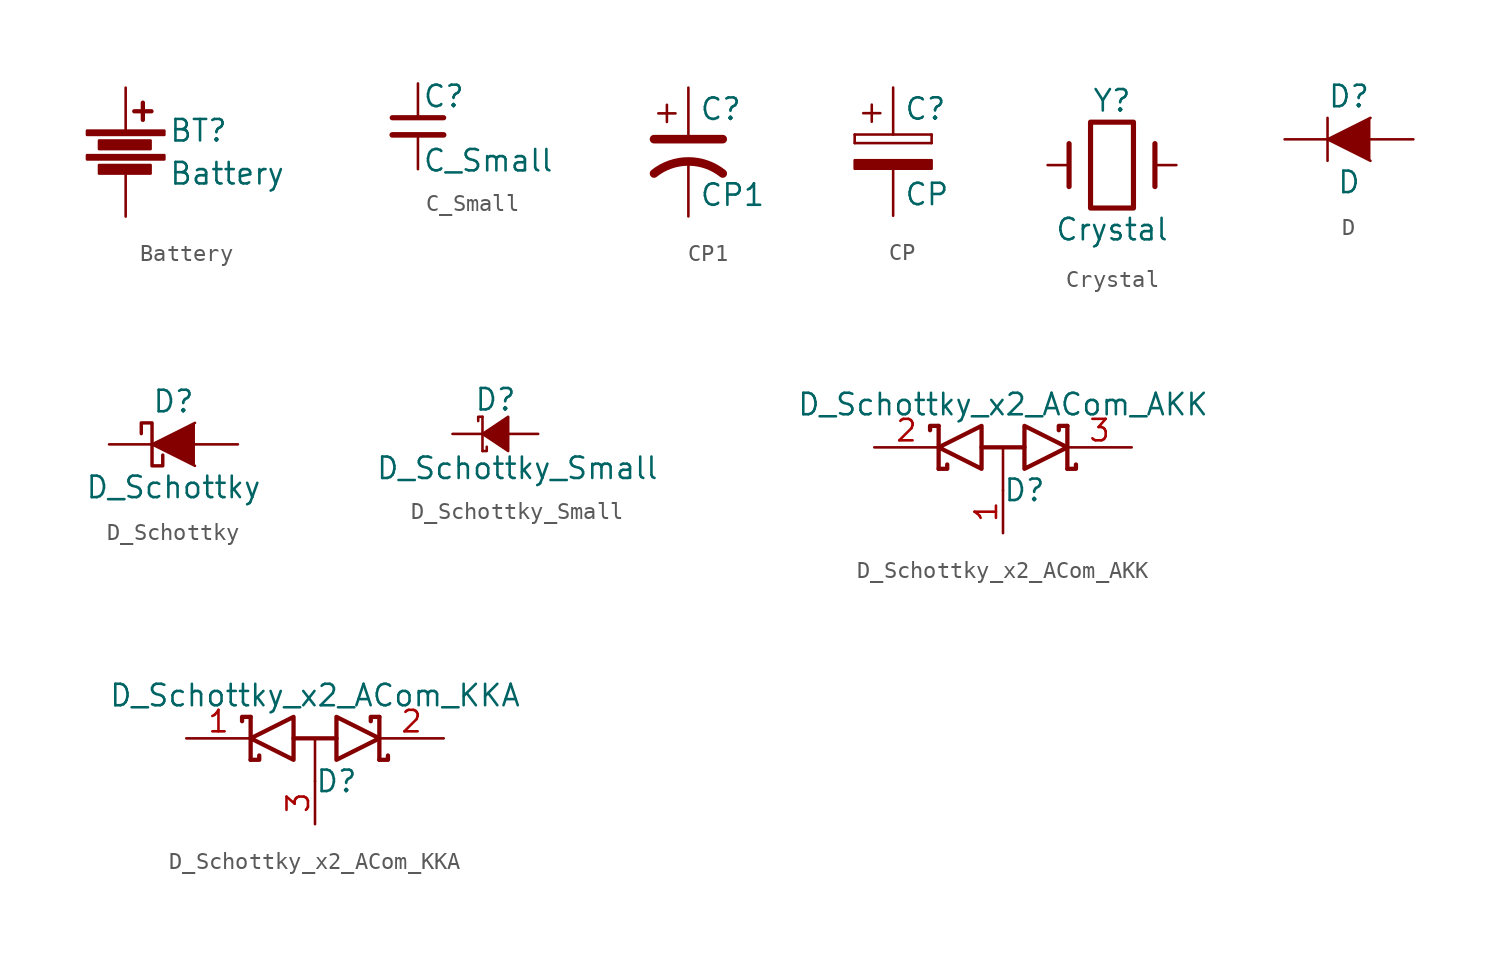
<source format=kicad_sym>
(kicad_symbol_lib
  (version 20211014)
  (generator kicad_symbol_editor)
  (symbol "Battery"
    (pin_numbers hide)
    (pin_names
      (offset 0))
    (property "Reference" "BT"
      (at 2.54 1.27 0)
      (effects (font (size 1.27 1.27)) (justify left)))
    (property "Value" "Battery"
      (at 2.54 -1.27 0)
      (effects (font (size 1.27 1.27)) (justify left)))
    (property "Footprint" ""
      (at 0 1.016 90)
      (effects (font (size 1.27 1.27))))
    (property "Datasheet" ""
      (at 0 1.016 90)
      (effects (font (size 1.27 1.27))))
    (symbol "Battery_0_1"
      (rectangle (start -2.286 -0.178) (end 2.286 -0.432) (stroke (width 0) (type default) (color 0 0 0 0)) (fill (type outline)))
      (rectangle (start -2.286 1.27) (end 2.286 1.016) (stroke (width 0) (type default) (color 0 0 0 0)) (fill (type outline)))
      (rectangle (start -1.575 -0.762) (end 1.473 -1.27) (stroke (width 0) (type default) (color 0 0 0 0)) (fill (type outline)))
      (rectangle (start -1.575 0.686) (end 1.473 0.178) (stroke (width 0) (type default) (color 0 0 0 0)) (fill (type outline)))
      (polyline (pts (xy 0.508 2.413) (xy 1.524 2.413)) (stroke (width 0.254) (type default) (color 0 0 0 0)) (fill (type none)))
      (polyline (pts (xy 1.016 2.921) (xy 1.016 1.905)) (stroke (width 0.254) (type default) (color 0 0 0 0)) (fill (type none))))
    (symbol "Battery_1_1"
      (pin passive line (at 0 3.81 270) (length 2.54) (name "~" (effects (font (size 1.27 1.27)))) (number "1" (effects (font (size 1.27 1.27)))))
      (pin passive line (at 0 -3.81 90) (length 2.54) (name "~" (effects (font (size 1.27 1.27)))) (number "2" (effects (font (size 1.27 1.27)))))))
  (symbol "C_Small"
    (pin_numbers hide)
    (pin_names
      (offset 0.254) hide)
    (property "Reference" "C"
      (at 0.254 1.778 0)
      (effects (font (size 1.27 1.27)) (justify left)))
    (property "Value" "C_Small"
      (at 0.254 -2.032 0)
      (effects (font (size 1.27 1.27)) (justify left)))
    (property "Footprint" ""
      (at 0 0 0)
      (effects (font (size 1.27 1.27))))
    (property "Datasheet" ""
      (at 0 0 0)
      (effects (font (size 1.27 1.27))))
    (symbol "C_Small_0_1"
      (polyline (pts (xy -1.524 -0.508) (xy 1.524 -0.508)) (stroke (width 0.33) (type default) (color 0 0 0 0)) (fill (type none)))
      (polyline (pts (xy -1.524 0.508) (xy 1.524 0.508)) (stroke (width 0.305) (type default) (color 0 0 0 0)) (fill (type none))))
    (symbol "C_Small_1_1"
      (pin passive line (at 0 2.54 270) (length 1.905) (name "~" (effects (font (size 1.016 1.016)))) (number "1" (effects (font (size 1.016 1.016)))))
      (pin passive line (at 0 -2.54 90) (length 2.032) (name "~" (effects (font (size 1.016 1.016)))) (number "2" (effects (font (size 1.016 1.016)))))))
  (symbol "CP1"
    (pin_numbers hide)
    (pin_names
      (offset 0.254) hide)
    (property "Reference" "C"
      (at 0.635 2.54 0)
      (effects (font (size 1.27 1.27)) (justify left)))
    (property "Value" "CP1"
      (at 0.635 -2.54 0)
      (effects (font (size 1.27 1.27)) (justify left)))
    (property "Footprint" ""
      (at 0 0 0)
      (effects (font (size 1.27 1.27))))
    (property "Datasheet" ""
      (at 0 0 0)
      (effects (font (size 1.27 1.27))))
    (symbol "CP1_0_1"
      (polyline (pts (xy -2.032 0.762) (xy 2.032 0.762)) (stroke (width 0.508) (type default) (color 0 0 0 0)) (fill (type none)))
      (polyline (pts (xy -1.778 2.286) (xy -0.762 2.286)) (stroke (width 0) (type default) (color 0 0 0 0)) (fill (type none)))
      (polyline (pts (xy -1.27 1.778) (xy -1.27 2.794)) (stroke (width 0) (type default) (color 0 0 0 0)) (fill (type none)))
      (arc (start 2.032 -1.27) (mid 0 -0.5572) (end -2.032 -1.27) (stroke (width 0.508) (type default) (color 0 0 0 0)) (fill (type none))))
    (symbol "CP1_1_1"
      (pin passive line (at 0 3.81 270) (length 2.794) (name "~" (effects (font (size 1.016 1.016)))) (number "1" (effects (font (size 1.016 1.016)))))
      (pin passive line (at 0 -3.81 90) (length 3.302) (name "~" (effects (font (size 1.016 1.016)))) (number "2" (effects (font (size 1.016 1.016)))))))
  (symbol "CP"
    (pin_numbers hide)
    (pin_names
      (offset 0.254))
    (property "Reference" "C"
      (at 0.635 2.54 0)
      (effects (font (size 1.27 1.27)) (justify left)))
    (property "Value" "CP"
      (at 0.635 -2.54 0)
      (effects (font (size 1.27 1.27)) (justify left)))
    (property "Footprint" ""
      (at 0.965 -3.81 0)
      (effects (font (size 1.27 1.27))))
    (property "Datasheet" ""
      (at 0 0 0)
      (effects (font (size 1.27 1.27))))
    (symbol "CP_0_1"
      (rectangle (start -2.286 0.508) (end -2.286 1.016) (stroke (width 0) (type default) (color 0 0 0 0)) (fill (type none)))
      (rectangle (start -2.286 0.508) (end 2.286 0.508) (stroke (width 0) (type default) (color 0 0 0 0)) (fill (type none)))
      (polyline (pts (xy -1.778 2.286) (xy -0.762 2.286)) (stroke (width 0) (type default) (color 0 0 0 0)) (fill (type none)))
      (polyline (pts (xy -1.27 2.794) (xy -1.27 1.778)) (stroke (width 0) (type default) (color 0 0 0 0)) (fill (type none)))
      (rectangle (start 2.286 -0.508) (end -2.286 -1.016) (stroke (width 0) (type default) (color 0 0 0 0)) (fill (type outline)))
      (rectangle (start 2.286 1.016) (end -2.286 1.016) (stroke (width 0) (type default) (color 0 0 0 0)) (fill (type none)))
      (rectangle (start 2.286 1.016) (end 2.286 0.508) (stroke (width 0) (type default) (color 0 0 0 0)) (fill (type none))))
    (symbol "CP_1_1"
      (pin passive line (at 0 3.81 270) (length 2.794) (name "~" (effects (font (size 1.016 1.016)))) (number "1" (effects (font (size 1.016 1.016)))))
      (pin passive line (at 0 -3.81 90) (length 2.794) (name "~" (effects (font (size 1.016 1.016)))) (number "2" (effects (font (size 1.016 1.016)))))))
  (symbol "Crystal"
    (pin_numbers hide)
    (pin_names
      (offset 1.016) hide)
    (property "Reference" "Y"
      (at 0 3.81 0)
      (effects (font (size 1.27 1.27))))
    (property "Value" "Crystal"
      (at 0 -3.81 0)
      (effects (font (size 1.27 1.27))))
    (property "Footprint" ""
      (at 0 0 0)
      (effects (font (size 1.27 1.27))))
    (property "Datasheet" ""
      (at 0 0 0)
      (effects (font (size 1.27 1.27))))
    (symbol "Crystal_0_1"
      (rectangle (start -1.27 2.54) (end 1.27 -2.54) (stroke (width 0.305) (type default) (color 0 0 0 0)) (fill (type none)))
      (polyline (pts (xy -2.54 -1.27) (xy -2.54 1.27)) (stroke (width 0.305) (type default) (color 0 0 0 0)) (fill (type none)))
      (polyline (pts (xy 2.54 -1.27) (xy 2.54 1.27)) (stroke (width 0.305) (type default) (color 0 0 0 0)) (fill (type none))))
    (symbol "Crystal_1_1"
      (pin passive line (at -3.81 0 0) (length 1.27) (name "1" (effects (font (size 1.016 1.016)))) (number "1" (effects (font (size 1.016 1.016)))))
      (pin passive line (at 3.81 0 180) (length 1.27) (name "2" (effects (font (size 1.016 1.016)))) (number "2" (effects (font (size 1.016 1.016)))))))
  (symbol "D"
    (pin_numbers hide)
    (pin_names
      (offset 1.016) hide)
    (property "Reference" "D"
      (at 0 2.54 0)
      (effects (font (size 1.27 1.27))))
    (property "Value" "D"
      (at 0 -2.54 0)
      (effects (font (size 1.27 1.27))))
    (property "Footprint" ""
      (at 0 0 0)
      (effects (font (size 1.27 1.27))))
    (property "Datasheet" ""
      (at 0 0 0)
      (effects (font (size 1.27 1.27))))
    (symbol "D_0_1"
      (polyline (pts (xy -1.27 1.27) (xy -1.27 -1.27)) (stroke (width 0.152) (type default) (color 0 0 0 0)) (fill (type none)))
      (polyline (pts (xy 1.27 1.27) (xy -1.27 0) (xy 1.27 -1.27)) (stroke (width 0) (type default) (color 0 0 0 0)) (fill (type outline))))
    (symbol "D_1_1"
      (pin passive line (at -3.81 0 0) (length 2.54) (name "K" (effects (font (size 1.27 1.27)))) (number "1" (effects (font (size 1.27 1.27)))))
      (pin passive line (at 3.81 0 180) (length 2.54) (name "A" (effects (font (size 1.27 1.27)))) (number "3" (effects (font (size 1.27 1.27)))))))
  (symbol "D_Schottky"
    (pin_numbers hide)
    (pin_names
      (offset 1.016) hide)
    (property "Reference" "D"
      (at 0 2.54 0)
      (effects (font (size 1.27 1.27))))
    (property "Value" "D_Schottky"
      (at 0 -2.54 0)
      (effects (font (size 1.27 1.27))))
    (property "Footprint" ""
      (at 0 0 0)
      (effects (font (size 1.27 1.27))))
    (property "Datasheet" ""
      (at 0 0 0)
      (effects (font (size 1.27 1.27))))
    (symbol "D_Schottky_0_1"
      (polyline (pts (xy 1.27 1.27) (xy -1.27 0) (xy 1.27 -1.27)) (stroke (width 0) (type default) (color 0 0 0 0)) (fill (type outline)))
      (polyline (pts (xy -1.905 0.635) (xy -1.905 1.27) (xy -1.27 1.27) (xy -1.27 -1.27) (xy -0.635 -1.27) (xy -0.635 -0.635)) (stroke (width 0.203) (type default) (color 0 0 0 0)) (fill (type none))))
    (symbol "D_Schottky_1_1"
      (pin passive line (at -3.81 0 0) (length 2.54) (name "K" (effects (font (size 1.27 1.27)))) (number "1" (effects (font (size 1.27 1.27)))))
      (pin passive line (at 3.81 0 180) (length 2.54) (name "A" (effects (font (size 1.27 1.27)))) (number "2" (effects (font (size 1.27 1.27)))))))
  (symbol "D_Schottky_Small"
    (pin_numbers hide)
    (pin_names
      (offset 0.254) hide)
    (property "Reference" "D"
      (at -1.27 2.032 0)
      (effects (font (size 1.27 1.27)) (justify left)))
    (property "Value" "D_Schottky_Small"
      (at -7.112 -2.032 0)
      (effects (font (size 1.27 1.27)) (justify left)))
    (property "Footprint" ""
      (at 0 0 90)
      (effects (font (size 1.27 1.27))))
    (property "Datasheet" ""
      (at 0 0 90)
      (effects (font (size 1.27 1.27))))
    (symbol "D_Schottky_Small_0_1"
      (polyline (pts (xy -0.762 -1.016) (xy -0.762 1.016)) (stroke (width 0) (type default) (color 0 0 0 0)) (fill (type none)))
      (polyline (pts (xy -0.762 -1.016) (xy -0.508 -1.016) (xy -0.508 -0.762)) (stroke (width 0) (type default) (color 0 0 0 0)) (fill (type none)))
      (polyline (pts (xy -0.762 1.016) (xy -1.016 1.016) (xy -1.016 0.762)) (stroke (width 0) (type default) (color 0 0 0 0)) (fill (type none)))
      (polyline (pts (xy 0.762 -1.016) (xy -0.762 0) (xy 0.762 1.016) (xy 0.762 -1.016)) (stroke (width 0) (type default) (color 0 0 0 0)) (fill (type outline))))
    (symbol "D_Schottky_Small_1_1"
      (pin passive line (at -2.54 0 0) (length 1.778) (name "K" (effects (font (size 1.27 1.27)))) (number "1" (effects (font (size 1.27 1.27)))))
      (pin passive line (at 2.54 0 180) (length 1.778) (name "A" (effects (font (size 1.27 1.27)))) (number "2" (effects (font (size 1.27 1.27)))))))
  (symbol "D_Schottky_x2_ACom_AKK"
    (pin_names
      (offset 0.762) hide)
    (property "Reference" "D"
      (at 1.27 -2.54 0)
      (effects (font (size 1.27 1.27))))
    (property "Value" "D_Schottky_x2_ACom_AKK"
      (at 0 2.54 0)
      (effects (font (size 1.27 1.27))))
    (property "Footprint" ""
      (at 0 0 0)
      (effects (font (size 1.27 1.27))))
    (property "Datasheet" ""
      (at 0 0 0)
      (effects (font (size 1.27 1.27))))
    (symbol "D_Schottky_x2_ACom_AKK_0_1"
      (polyline (pts (xy 0 0) (xy 0 -2.54)) (stroke (width 0) (type default) (color 0 0 0 0)) (fill (type none)))
      (polyline (pts (xy -3.81 1.27) (xy -3.81 -1.27) (xy -3.81 -1.27)) (stroke (width 0.254) (type default) (color 0 0 0 0)) (fill (type none)))
      (polyline (pts (xy -1.27 0) (xy 1.27 0) (xy 1.27 0)) (stroke (width 0.254) (type default) (color 0 0 0 0)) (fill (type none)))
      (polyline (pts (xy 3.81 1.27) (xy 3.81 -1.27) (xy 3.81 -1.27)) (stroke (width 0.254) (type default) (color 0 0 0 0)) (fill (type none)))
      (polyline (pts (xy -3.81 1.27) (xy -4.318 1.27) (xy -4.318 1.016) (xy -4.318 1.016)) (stroke (width 0.254) (type default) (color 0 0 0 0)) (fill (type none)))
      (polyline (pts (xy 3.81 -1.27) (xy 4.318 -1.27) (xy 4.318 -1.016) (xy 4.318 -1.016)) (stroke (width 0.254) (type default) (color 0 0 0 0)) (fill (type none)))
      (polyline (pts (xy 3.81 1.27) (xy 3.302 1.27) (xy 3.302 1.016) (xy 3.302 1.016)) (stroke (width 0.254) (type default) (color 0 0 0 0)) (fill (type none)))
      (polyline (pts (xy -3.302 -1.016) (xy -3.302 -1.27) (xy -3.81 -1.27) (xy -3.81 -1.27) (xy -3.81 -1.27)) (stroke (width 0.254) (type default) (color 0 0 0 0)) (fill (type none)))
      (polyline (pts (xy -1.27 -1.27) (xy -3.81 0) (xy -1.27 1.27) (xy -1.27 -1.27) (xy -1.27 -1.27) (xy -1.27 -1.27)) (stroke (width 0.254) (type default) (color 0 0 0 0)) (fill (type none)))
      (polyline (pts (xy 1.27 1.27) (xy 3.81 0) (xy 1.27 -1.27) (xy 1.27 1.27) (xy 1.27 1.27) (xy 1.27 1.27)) (stroke (width 0.254) (type default) (color 0 0 0 0)) (fill (type none)))
      (pin passive line (at 0 -5.08 90) (length 2.54) (name "A" (effects (font (size 1.27 1.27)))) (number "1" (effects (font (size 1.27 1.27)))))
      (pin passive line (at -7.62 0 0) (length 3.81) (name "K" (effects (font (size 1.27 1.27)))) (number "2" (effects (font (size 1.27 1.27)))))
      (pin passive line (at 7.62 0 180) (length 3.81) (name "K" (effects (font (size 1.27 1.27)))) (number "3" (effects (font (size 1.27 1.27)))))))
  (symbol "D_Schottky_x2_ACom_KKA"
    (pin_names
      (offset 0.762) hide)
    (property "Reference" "D"
      (at 1.27 -2.54 0)
      (effects (font (size 1.27 1.27))))
    (property "Value" "D_Schottky_x2_ACom_KKA"
      (at 0 2.54 0)
      (effects (font (size 1.27 1.27))))
    (property "Footprint" ""
      (at 0 0 0)
      (effects (font (size 1.27 1.27))))
    (property "Datasheet" ""
      (at 0 0 0)
      (effects (font (size 1.27 1.27))))
    (symbol "D_Schottky_x2_ACom_KKA_0_1"
      (polyline (pts (xy 0 0) (xy 0 -2.54)) (stroke (width 0) (type default) (color 0 0 0 0)) (fill (type none)))
      (polyline (pts (xy -3.81 1.27) (xy -3.81 -1.27) (xy -3.81 -1.27)) (stroke (width 0.254) (type default) (color 0 0 0 0)) (fill (type none)))
      (polyline (pts (xy -1.27 0) (xy 1.27 0) (xy 1.27 0)) (stroke (width 0.254) (type default) (color 0 0 0 0)) (fill (type none)))
      (polyline (pts (xy 3.81 1.27) (xy 3.81 -1.27) (xy 3.81 -1.27)) (stroke (width 0.254) (type default) (color 0 0 0 0)) (fill (type none)))
      (polyline (pts (xy -3.81 1.27) (xy -4.318 1.27) (xy -4.318 1.016) (xy -4.318 1.016)) (stroke (width 0.254) (type default) (color 0 0 0 0)) (fill (type none)))
      (polyline (pts (xy 3.81 -1.27) (xy 4.318 -1.27) (xy 4.318 -1.016) (xy 4.318 -1.016)) (stroke (width 0.254) (type default) (color 0 0 0 0)) (fill (type none)))
      (polyline (pts (xy 3.81 1.27) (xy 3.302 1.27) (xy 3.302 1.016) (xy 3.302 1.016)) (stroke (width 0.254) (type default) (color 0 0 0 0)) (fill (type none)))
      (polyline (pts (xy -3.302 -1.016) (xy -3.302 -1.27) (xy -3.81 -1.27) (xy -3.81 -1.27) (xy -3.81 -1.27)) (stroke (width 0.254) (type default) (color 0 0 0 0)) (fill (type none)))
      (polyline (pts (xy -1.27 -1.27) (xy -3.81 0) (xy -1.27 1.27) (xy -1.27 -1.27) (xy -1.27 -1.27) (xy -1.27 -1.27)) (stroke (width 0.254) (type default) (color 0 0 0 0)) (fill (type none)))
      (polyline (pts (xy 1.27 1.27) (xy 3.81 0) (xy 1.27 -1.27) (xy 1.27 1.27) (xy 1.27 1.27) (xy 1.27 1.27)) (stroke (width 0.254) (type default) (color 0 0 0 0)) (fill (type none)))
      (pin passive line (at -7.62 0 0) (length 3.81) (name "K" (effects (font (size 1.27 1.27)))) (number "1" (effects (font (size 1.27 1.27)))))
      (pin passive line (at 7.62 0 180) (length 3.81) (name "K" (effects (font (size 1.27 1.27)))) (number "2" (effects (font (size 1.27 1.27)))))
      (pin passive line (at 0 -5.08 90) (length 2.54) (name "A" (effects (font (size 1.27 1.27)))) (number "3" (effects (font (size 1.27 1.27))))))))
</source>
